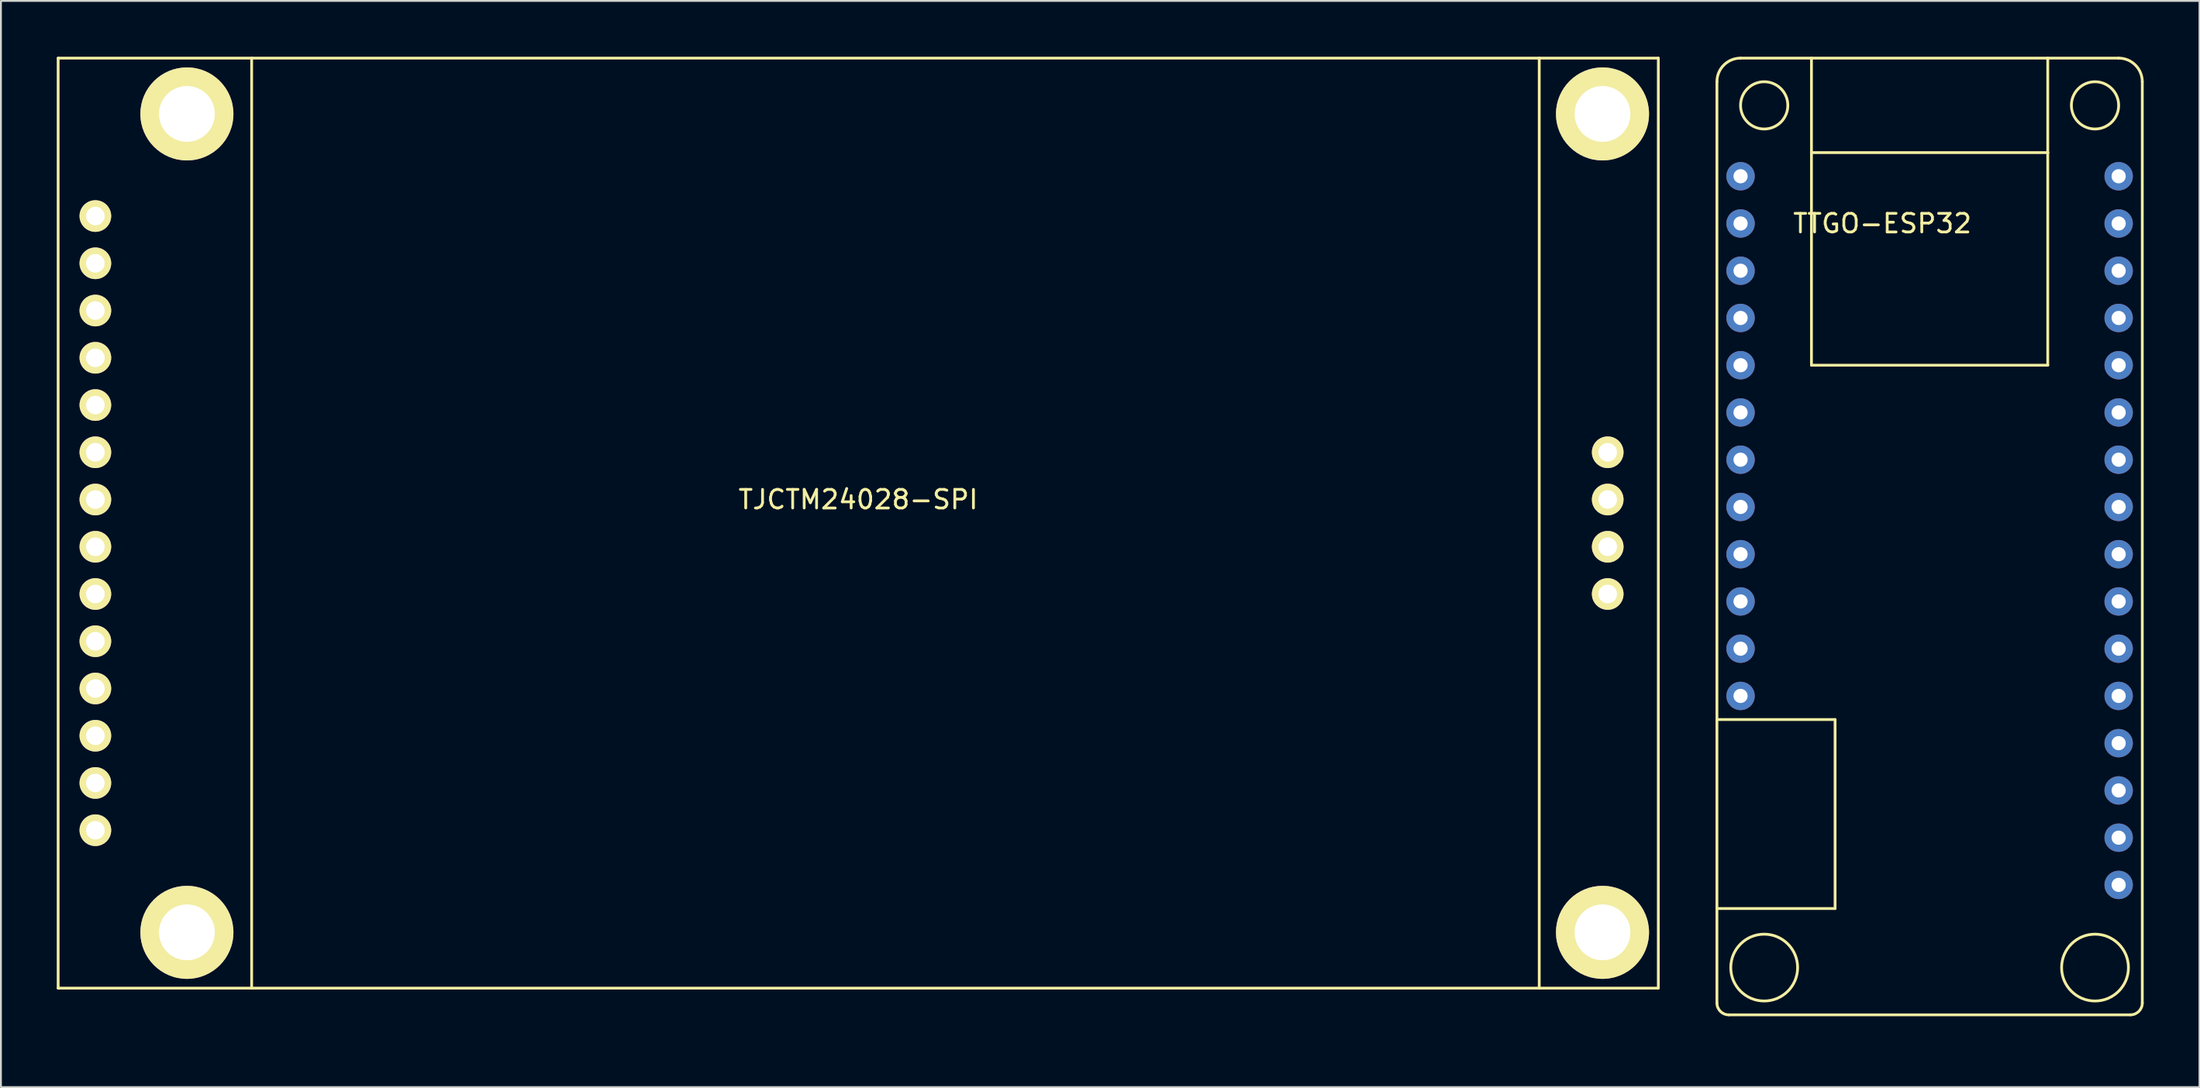
<source format=kicad_pcb>
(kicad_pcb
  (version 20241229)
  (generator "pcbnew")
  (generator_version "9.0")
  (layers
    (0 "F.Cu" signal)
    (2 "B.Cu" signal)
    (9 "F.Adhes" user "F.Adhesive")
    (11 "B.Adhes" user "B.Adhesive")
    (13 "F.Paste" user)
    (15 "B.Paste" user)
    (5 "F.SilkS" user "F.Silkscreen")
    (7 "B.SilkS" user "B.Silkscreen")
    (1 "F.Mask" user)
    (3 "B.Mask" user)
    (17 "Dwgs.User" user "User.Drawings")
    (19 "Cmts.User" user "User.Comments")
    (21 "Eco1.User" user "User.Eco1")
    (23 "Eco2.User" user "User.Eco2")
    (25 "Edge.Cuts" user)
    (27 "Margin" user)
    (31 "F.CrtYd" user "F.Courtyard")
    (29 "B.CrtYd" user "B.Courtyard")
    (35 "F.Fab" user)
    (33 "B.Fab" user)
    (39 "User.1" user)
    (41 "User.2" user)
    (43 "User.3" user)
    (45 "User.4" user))
  (footprint "TTGO-ESP32"
    (layer "F.Cu")
    (at 90.495 52.145)
    (property "Reference" "TTGO-ESP32" (at 7.62 -43.18 0) (layer "F.SilkS") (effects (font (size 1 1) (thickness 0.15))))
    (attr through_hole)
    (fp_line (start -1.27 -50.8) (end -1.27 -1.27) (stroke (width 0.15) (type solid)) (layer "F.SilkS"))
    (fp_line (start -1.27 -16.51) (end 5.08 -16.51) (stroke (width 0.15) (type solid)) (layer "F.SilkS"))
    (fp_line (start -0.635 -0.635) (end 20.955 -0.635) (stroke (width 0.15) (type solid)) (layer "F.SilkS"))
    (fp_line (start 0 -52.07) (end 20.32 -52.07) (stroke (width 0.15) (type solid)) (layer "F.SilkS"))
    (fp_line (start 3.81 -52.07) (end 3.81 -46.99) (stroke (width 0.15) (type solid)) (layer "F.SilkS"))
    (fp_line (start 3.81 -46.99) (end 3.81 -35.56) (stroke (width 0.15) (type solid)) (layer "F.SilkS"))
    (fp_line (start 3.81 -46.99) (end 16.51 -46.99) (stroke (width 0.15) (type solid)) (layer "F.SilkS"))
    (fp_line (start 3.81 -35.56) (end 16.51 -35.56) (stroke (width 0.15) (type solid)) (layer "F.SilkS"))
    (fp_line (start 5.08 -16.51) (end 5.08 -6.35) (stroke (width 0.15) (type solid)) (layer "F.SilkS"))
    (fp_line (start 5.08 -6.35) (end -1.27 -6.35) (stroke (width 0.15) (type solid)) (layer "F.SilkS"))
    (fp_line (start 16.51 -46.99) (end 16.51 -52.07) (stroke (width 0.15) (type solid)) (layer "F.SilkS"))
    (fp_line (start 16.51 -35.56) (end 16.51 -46.99) (stroke (width 0.15) (type solid)) (layer "F.SilkS"))
    (fp_line (start 21.59 -1.27) (end 21.59 -50.8) (stroke (width 0.15) (type solid)) (layer "F.SilkS"))
    (fp_arc (start -1.27 -50.8) (mid -0.898026 -51.698026) (end 0 -52.07) (stroke (width 0.15) (type solid)) (layer "F.SilkS"))
    (fp_arc (start -0.635 -0.635) (mid -1.084013 -0.820987) (end -1.27 -1.27) (stroke (width 0.15) (type solid)) (layer "F.SilkS"))
    (fp_arc (start 20.32 -52.07) (mid 21.218026 -51.698026) (end 21.59 -50.8) (stroke (width 0.15) (type solid)) (layer "F.SilkS"))
    (fp_arc (start 21.59 -1.27) (mid 21.404013 -0.820987) (end 20.955 -0.635) (stroke (width 0.15) (type solid)) (layer "F.SilkS"))
    (fp_circle (center 1.27 -49.53) (end 2.54 -49.53) (stroke (width 0.15) (type solid)) (fill no) (layer "F.SilkS"))
    (fp_circle (center 1.27 -3.175) (end 2.54 -4.445) (stroke (width 0.15) (type solid)) (fill no) (layer "F.SilkS"))
    (fp_circle (center 19.05 -49.53) (end 20.32 -49.53) (stroke (width 0.15) (type solid)) (fill no) (layer "F.SilkS"))
    (fp_circle (center 19.05 -3.175) (end 20.32 -4.445) (stroke (width 0.15) (type solid)) (fill no) (layer "F.SilkS"))
    (pad "1" thru_hole circle (at 20.32 -7.62) (size 1.524 1.524) (drill 0.762) (layers "*.Cu" "*.Mask"))
    (pad "2" thru_hole circle (at 20.32 -10.16) (size 1.524 1.524) (drill 0.762) (layers "*.Cu" "*.Mask"))
    (pad "3" thru_hole circle (at 20.32 -12.7) (size 1.524 1.524) (drill 0.762) (layers "*.Cu" "*.Mask"))
    (pad "4" thru_hole circle (at 20.32 -15.24) (size 1.524 1.524) (drill 0.762) (layers "*.Cu" "*.Mask"))
    (pad "5" thru_hole circle (at 20.32 -17.78) (size 1.524 1.524) (drill 0.762) (layers "*.Cu" "*.Mask"))
    (pad "6" thru_hole circle (at 20.32 -20.32) (size 1.524 1.524) (drill 0.762) (layers "*.Cu" "*.Mask"))
    (pad "7" thru_hole circle (at 20.32 -22.86) (size 1.524 1.524) (drill 0.762) (layers "*.Cu" "*.Mask"))
    (pad "8" thru_hole circle (at 20.32 -25.4) (size 1.524 1.524) (drill 0.762) (layers "*.Cu" "*.Mask"))
    (pad "9" thru_hole circle (at 20.32 -27.94) (size 1.524 1.524) (drill 0.762) (layers "*.Cu" "*.Mask"))
    (pad "10" thru_hole circle (at 20.32 -30.48) (size 1.524 1.524) (drill 0.762) (layers "*.Cu" "*.Mask"))
    (pad "11" thru_hole circle (at 20.32 -33.02) (size 1.524 1.524) (drill 0.762) (layers "*.Cu" "*.Mask"))
    (pad "12" thru_hole circle (at 20.32 -35.56) (size 1.524 1.524) (drill 0.762) (layers "*.Cu" "*.Mask"))
    (pad "13" thru_hole circle (at 20.32 -38.1) (size 1.524 1.524) (drill 0.762) (layers "*.Cu" "*.Mask"))
    (pad "14" thru_hole circle (at 20.32 -40.64) (size 1.524 1.524) (drill 0.762) (layers "*.Cu" "*.Mask"))
    (pad "15" thru_hole circle (at 20.32 -43.18) (size 1.524 1.524) (drill 0.762) (layers "*.Cu" "*.Mask"))
    (pad "16" thru_hole circle (at 20.32 -45.72) (size 1.524 1.524) (drill 0.762) (layers "*.Cu" "*.Mask"))
    (pad "17" thru_hole circle (at 0 -45.72) (size 1.524 1.524) (drill 0.762) (layers "*.Cu" "*.Mask"))
    (pad "18" thru_hole circle (at 0 -43.18) (size 1.524 1.524) (drill 0.762) (layers "*.Cu" "*.Mask"))
    (pad "19" thru_hole circle (at 0 -40.64) (size 1.524 1.524) (drill 0.762) (layers "*.Cu" "*.Mask"))
    (pad "20" thru_hole circle (at 0 -38.1) (size 1.524 1.524) (drill 0.762) (layers "*.Cu" "*.Mask"))
    (pad "21" thru_hole circle (at 0 -35.56) (size 1.524 1.524) (drill 0.762) (layers "*.Cu" "*.Mask"))
    (pad "22" thru_hole circle (at 0 -33.02) (size 1.524 1.524) (drill 0.762) (layers "*.Cu" "*.Mask"))
    (pad "23" thru_hole circle (at 0 -30.48) (size 1.524 1.524) (drill 0.762) (layers "*.Cu" "*.Mask"))
    (pad "24" thru_hole circle (at 0 -27.94) (size 1.524 1.524) (drill 0.762) (layers "*.Cu" "*.Mask"))
    (pad "25" thru_hole circle (at 0 -25.4) (size 1.524 1.524) (drill 0.762) (layers "*.Cu" "*.Mask"))
    (pad "26" thru_hole circle (at 0 -22.86) (size 1.524 1.524) (drill 0.762) (layers "*.Cu" "*.Mask"))
    (pad "27" thru_hole circle (at 0 -20.32) (size 1.524 1.524) (drill 0.762) (layers "*.Cu" "*.Mask"))
    (pad "28" thru_hole circle (at 0 -17.78) (size 1.524 1.524) (drill 0.762) (layers "*.Cu" "*.Mask")))
  (footprint "TJCTM24028-SPI"
    (layer "F.Cu")
    (at 43.075 25.075)
    (property "Reference" "TJCTM24028-SPI" (at 0 -1.27 0) (layer "F.SilkS") (effects (font (size 1 1) (thickness 0.15))))
    (attr through_hole)
    (fp_line (start -43 -25) (end -43 25) (stroke (width 0.15) (type solid)) (layer "F.SilkS"))
    (fp_line (start -43 25) (end 43 25) (stroke (width 0.15) (type solid)) (layer "F.SilkS"))
    (fp_line (start -32.6 -25) (end -32.6 25) (stroke (width 0.15) (type solid)) (layer "F.SilkS"))
    (fp_line (start 36.6 -25) (end 36.6 25) (stroke (width 0.15) (type solid)) (layer "F.SilkS"))
    (fp_line (start 43 -25) (end -43 -25) (stroke (width 0.15) (type solid)) (layer "F.SilkS"))
    (fp_line (start 43 25) (end 43 -25) (stroke (width 0.15) (type solid)) (layer "F.SilkS"))
    (pad "" thru_hole circle (at -36.08 -22) (size 5 5) (drill 3) (layers "*.Cu" "*.Mask" "F.SilkS"))
    (pad "" thru_hole circle (at -36.08 22) (size 5 5) (drill 3) (layers "*.Cu" "*.Mask" "F.SilkS"))
    (pad "" thru_hole circle (at 40 -22) (size 5 5) (drill 3) (layers "*.Cu" "*.Mask" "F.SilkS"))
    (pad "" thru_hole circle (at 40 22) (size 5 5) (drill 3) (layers "*.Cu" "*.Mask" "F.SilkS"))
    (pad "1" thru_hole circle (at -41 -16.51) (size 1.7 1.7) (drill 1) (layers "*.Cu" "*.Mask" "F.SilkS"))
    (pad "2" thru_hole circle (at -41 -13.97) (size 1.7 1.7) (drill 1) (layers "*.Cu" "*.Mask" "F.SilkS"))
    (pad "3" thru_hole circle (at -41 -11.43) (size 1.7 1.7) (drill 1) (layers "*.Cu" "*.Mask" "F.SilkS"))
    (pad "4" thru_hole circle (at -41 -8.89) (size 1.7 1.7) (drill 1) (layers "*.Cu" "*.Mask" "F.SilkS"))
    (pad "5" thru_hole circle (at -41 -6.35) (size 1.7 1.7) (drill 1) (layers "*.Cu" "*.Mask" "F.SilkS"))
    (pad "6" thru_hole circle (at -41 -3.81) (size 1.7 1.7) (drill 1) (layers "*.Cu" "*.Mask" "F.SilkS"))
    (pad "7" thru_hole circle (at -41 -1.27) (size 1.7 1.7) (drill 1) (layers "*.Cu" "*.Mask" "F.SilkS"))
    (pad "8" thru_hole circle (at -41 1.27) (size 1.7 1.7) (drill 1) (layers "*.Cu" "*.Mask" "F.SilkS"))
    (pad "9" thru_hole circle (at -41 3.81) (size 1.7 1.7) (drill 1) (layers "*.Cu" "*.Mask" "F.SilkS"))
    (pad "10" thru_hole circle (at -41 6.35) (size 1.7 1.7) (drill 1) (layers "*.Cu" "*.Mask" "F.SilkS"))
    (pad "11" thru_hole circle (at -41 8.89) (size 1.7 1.7) (drill 1) (layers "*.Cu" "*.Mask" "F.SilkS"))
    (pad "12" thru_hole circle (at -41 11.43) (size 1.7 1.7) (drill 1) (layers "*.Cu" "*.Mask" "F.SilkS"))
    (pad "13" thru_hole circle (at -41 13.97) (size 1.7 1.7) (drill 1) (layers "*.Cu" "*.Mask" "F.SilkS"))
    (pad "14" thru_hole circle (at -41 16.51) (size 1.7 1.7) (drill 1) (layers "*.Cu" "*.Mask" "F.SilkS"))
    (pad "15" thru_hole circle (at 40.28 -3.81) (size 1.7 1.7) (drill 1) (layers "*.Cu" "*.Mask" "F.SilkS"))
    (pad "16" thru_hole circle (at 40.28 -1.27) (size 1.7 1.7) (drill 1) (layers "*.Cu" "*.Mask" "F.SilkS"))
    (pad "17" thru_hole circle (at 40.28 1.27) (size 1.7 1.7) (drill 1) (layers "*.Cu" "*.Mask" "F.SilkS"))
    (pad "18" thru_hole circle (at 40.28 3.81) (size 1.7 1.7) (drill 1) (layers "*.Cu" "*.Mask" "F.SilkS")))
  (gr_rect
    (start -3 -3)
    (end 115.16 55.395)
    (stroke (width 0.1) (type default))
    (fill no)
    (layer "Edge.Cuts")))
</source>
